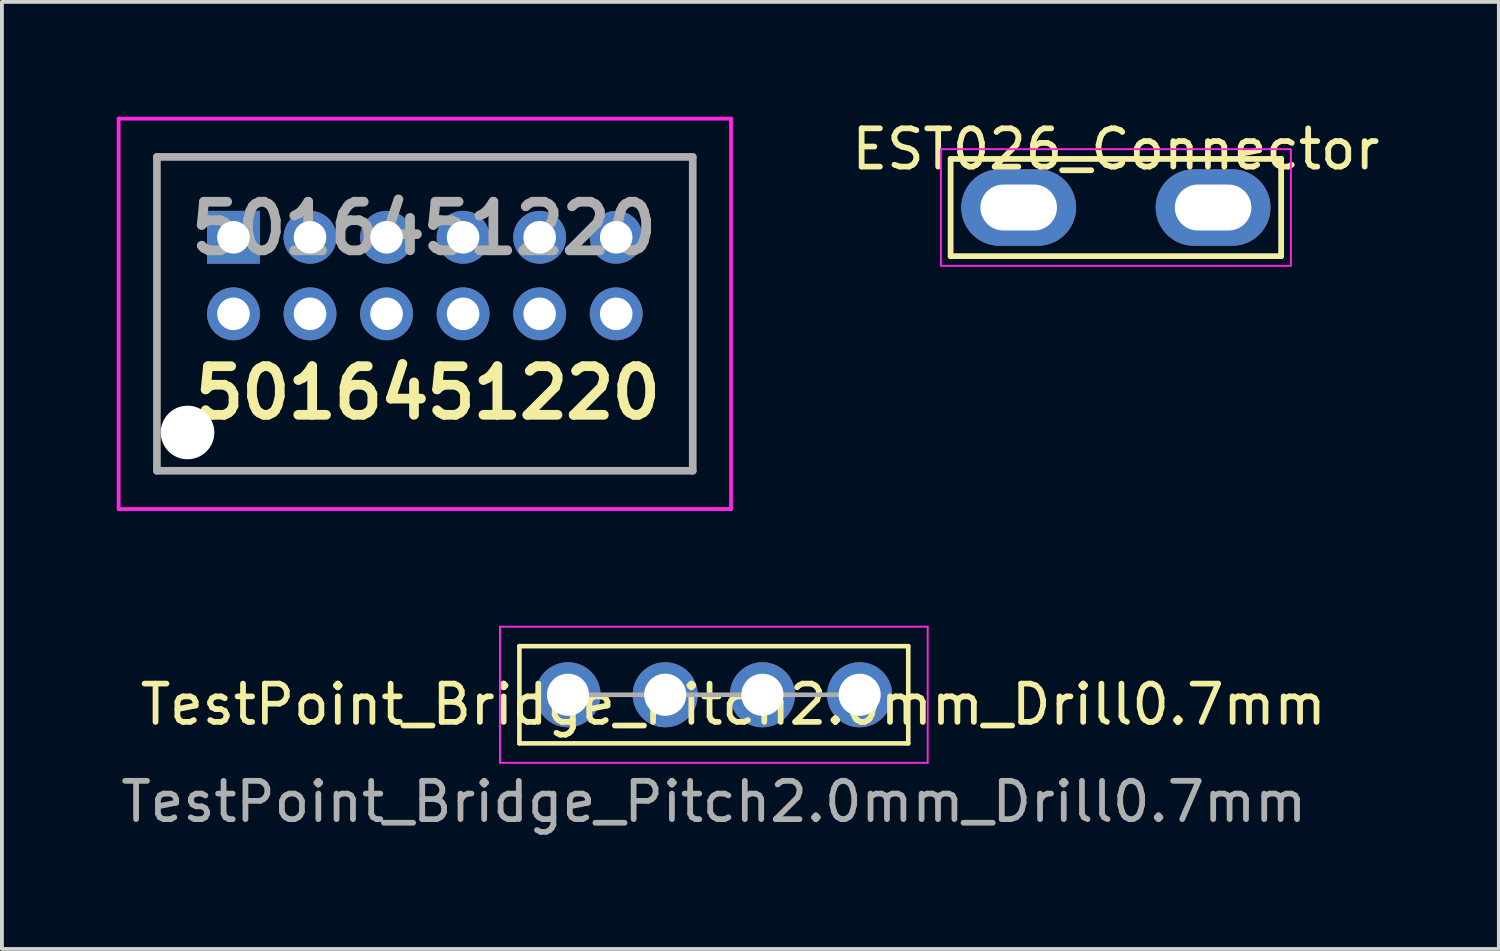
<source format=kicad_pcb>
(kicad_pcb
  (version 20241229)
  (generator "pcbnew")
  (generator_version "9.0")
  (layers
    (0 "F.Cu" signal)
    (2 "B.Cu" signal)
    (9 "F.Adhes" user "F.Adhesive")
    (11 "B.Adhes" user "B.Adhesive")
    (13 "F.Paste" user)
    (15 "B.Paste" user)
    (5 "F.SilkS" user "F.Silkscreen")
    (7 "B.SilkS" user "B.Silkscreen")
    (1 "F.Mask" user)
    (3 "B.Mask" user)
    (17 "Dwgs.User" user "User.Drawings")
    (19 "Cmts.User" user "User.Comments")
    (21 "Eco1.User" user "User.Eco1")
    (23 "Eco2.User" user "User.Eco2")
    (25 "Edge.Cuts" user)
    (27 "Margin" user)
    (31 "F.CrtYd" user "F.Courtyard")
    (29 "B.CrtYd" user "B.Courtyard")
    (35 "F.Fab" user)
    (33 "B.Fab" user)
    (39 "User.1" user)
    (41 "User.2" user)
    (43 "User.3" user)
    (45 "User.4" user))
  (footprint "5016451220"
    (layer "F.Cu")
    (at 3.05 3.15)
    (property "Reference" "5016451220" (at 5.08 4.064 0) (layer "F.SilkS") (effects (font (size 1.27 1.27) (thickness 0.254))))
    (attr through_hole)
    (fp_line (start -2 -2.1) (end -2 3.9) (stroke (width 0.1) (type solid)) (layer "F.SilkS"))
    (fp_line (start -2 6.1) (end 12 6.1) (stroke (width 0.1) (type solid)) (layer "F.SilkS"))
    (fp_line (start 12 -2.1) (end -2 -2.1) (stroke (width 0.1) (type solid)) (layer "F.SilkS"))
    (fp_line (start 12 6.1) (end 12 -2.1) (stroke (width 0.1) (type solid)) (layer "F.SilkS"))
    (fp_line (start -3 -3.1) (end 13 -3.1) (stroke (width 0.1) (type solid)) (layer "F.CrtYd"))
    (fp_line (start -3 7.1) (end -3 -3.1) (stroke (width 0.1) (type solid)) (layer "F.CrtYd"))
    (fp_line (start 13 -3.1) (end 13 7.1) (stroke (width 0.1) (type solid)) (layer "F.CrtYd"))
    (fp_line (start 13 7.1) (end -3 7.1) (stroke (width 0.1) (type solid)) (layer "F.CrtYd"))
    (fp_line (start -2 -2.1) (end 12 -2.1) (stroke (width 0.2) (type solid)) (layer "F.Fab"))
    (fp_line (start -2 6.1) (end -2 -2.1) (stroke (width 0.2) (type solid)) (layer "F.Fab"))
    (fp_line (start 12 -2.1) (end 12 6.1) (stroke (width 0.2) (type solid)) (layer "F.Fab"))
    (fp_line (start 12 6.1) (end -2 6.1) (stroke (width 0.2) (type solid)) (layer "F.Fab"))
    (fp_text user "${REFERENCE}" (at 4.976 -0.234 0) (layer "F.Fab") (effects (font (size 1.27 1.27) (thickness 0.254))))
    (pad "" np_thru_hole circle (at -1.2 5.1) (size 1.4 1.4) (drill 1.4) (layers "*.Cu" "*.Mask"))
    (pad "1" thru_hole rect (at 0 0) (size 1.381 1.381) (drill 0.85) (layers "*.Cu" "*.Mask"))
    (pad "2" thru_hole circle (at 0 2) (size 1.381 1.381) (drill 0.85) (layers "*.Cu" "*.Mask"))
    (pad "3" thru_hole circle (at 2 0) (size 1.381 1.381) (drill 0.85) (layers "*.Cu" "*.Mask"))
    (pad "4" thru_hole circle (at 2 2) (size 1.381 1.381) (drill 0.85) (layers "*.Cu" "*.Mask"))
    (pad "5" thru_hole circle (at 4 0) (size 1.381 1.381) (drill 0.85) (layers "*.Cu" "*.Mask"))
    (pad "6" thru_hole circle (at 4 2) (size 1.381 1.381) (drill 0.85) (layers "*.Cu" "*.Mask"))
    (pad "7" thru_hole circle (at 6 0) (size 1.381 1.381) (drill 0.85) (layers "*.Cu" "*.Mask"))
    (pad "8" thru_hole circle (at 6 2) (size 1.381 1.381) (drill 0.85) (layers "*.Cu" "*.Mask"))
    (pad "9" thru_hole circle (at 8 0) (size 1.381 1.381) (drill 0.85) (layers "*.Cu" "*.Mask"))
    (pad "10" thru_hole circle (at 8 2) (size 1.381 1.381) (drill 0.85) (layers "*.Cu" "*.Mask"))
    (pad "11" thru_hole circle (at 10 0) (size 1.381 1.381) (drill 0.85) (layers "*.Cu" "*.Mask"))
    (pad "12" thru_hole circle (at 10 2) (size 1.381 1.381) (drill 0.85) (layers "*.Cu" "*.Mask")))
  (footprint "EST026_Connector"
    (layer "F.Cu")
    (at 23.566 2.372)
    (property "Reference" "EST026_Connector" (at 2.54 -1.524 0) (unlocked yes) (layer "F.SilkS") (effects (font (size 1 1) (thickness 0.15))))
    (attr through_hole)
    (fp_line (start -1.778 -1.27) (end -1.778 1.27) (stroke (width 0.15) (type default)) (layer "F.SilkS"))
    (fp_line (start -1.778 1.27) (end 6.858 1.27) (stroke (width 0.15) (type default)) (layer "F.SilkS"))
    (fp_line (start 6.858 -1.27) (end -1.778 -1.27) (stroke (width 0.15) (type default)) (layer "F.SilkS"))
    (fp_line (start 6.858 1.27) (end 6.858 -1.27) (stroke (width 0.15) (type default)) (layer "F.SilkS"))
    (fp_rect (start -2.032 -1.524) (end 7.112 1.524) (stroke (width 0.05) (type default)) (fill no) (layer "F.CrtYd"))
    (pad "1" thru_hole oval (at 0 0) (size 3 2) (drill oval 2 1.2) (layers "*.Cu" "*.Mask"))
    (pad "1" thru_hole oval (at 5.08 0) (size 3 2) (drill oval 2 1.2) (layers "*.Cu" "*.Mask")))
  (footprint "TestPoint_Bridge_Pitch2.0mm_Drill0.7mm"
    (layer "F.Cu")
    (at 11.791 15.103)
    (property "Reference" "TestPoint_Bridge_Pitch2.0mm_Drill0.7mm" (at 4.318 0.254 0) (layer "F.SilkS") (effects (font (size 1 1) (thickness 0.15))))
    (attr through_hole)
    (fp_line (start -1.27 -1.27) (end -1.27 1.27) (stroke (width 0.12) (type solid)) (layer "F.SilkS"))
    (fp_line (start -1.27 1.27) (end 8.89 1.27) (stroke (width 0.12) (type solid)) (layer "F.SilkS"))
    (fp_line (start 8.89 -1.27) (end -1.27 -1.27) (stroke (width 0.12) (type solid)) (layer "F.SilkS"))
    (fp_line (start 8.89 1.27) (end 8.89 -1.27) (stroke (width 0.12) (type solid)) (layer "F.SilkS"))
    (fp_line (start -1.778 1.778) (end -1.778 -1.778) (stroke (width 0.05) (type solid)) (layer "F.CrtYd"))
    (fp_line (start -1.778 1.778) (end 9.398 1.778) (stroke (width 0.05) (type solid)) (layer "F.CrtYd"))
    (fp_line (start 9.398 -1.778) (end -1.778 -1.778) (stroke (width 0.05) (type solid)) (layer "F.CrtYd"))
    (fp_line (start 9.398 -1.778) (end 9.398 1.778) (stroke (width 0.05) (type solid)) (layer "F.CrtYd"))
    (fp_line (start 7.62 0) (end 0.016 0) (stroke (width 0.12) (type solid)) (layer "F.Fab"))
    (fp_text user "${REFERENCE}" (at 3.81 2.794 0) (layer "F.Fab") (effects (font (size 1 1) (thickness 0.15))))
    (pad "1" thru_hole circle (at 0 0) (size 1.7 1.7) (drill 1.1) (layers "*.Cu" "*.Mask"))
    (pad "2" thru_hole circle (at 2.54 0) (size 1.7 1.7) (drill 1.1) (layers "*.Cu" "*.Mask"))
    (pad "3" thru_hole circle (at 5.08 0) (size 1.7 1.7) (drill 1.1) (layers "*.Cu" "*.Mask"))
    (pad "4" thru_hole circle (at 7.62 0) (size 1.7 1.7) (drill 1.1) (layers "*.Cu" "*.Mask")))
  (gr_rect
    (start -3 -3)
    (end 36.112 21.745)
    (stroke (width 0.1) (type default))
    (fill no)
    (layer "Edge.Cuts")))
</source>
